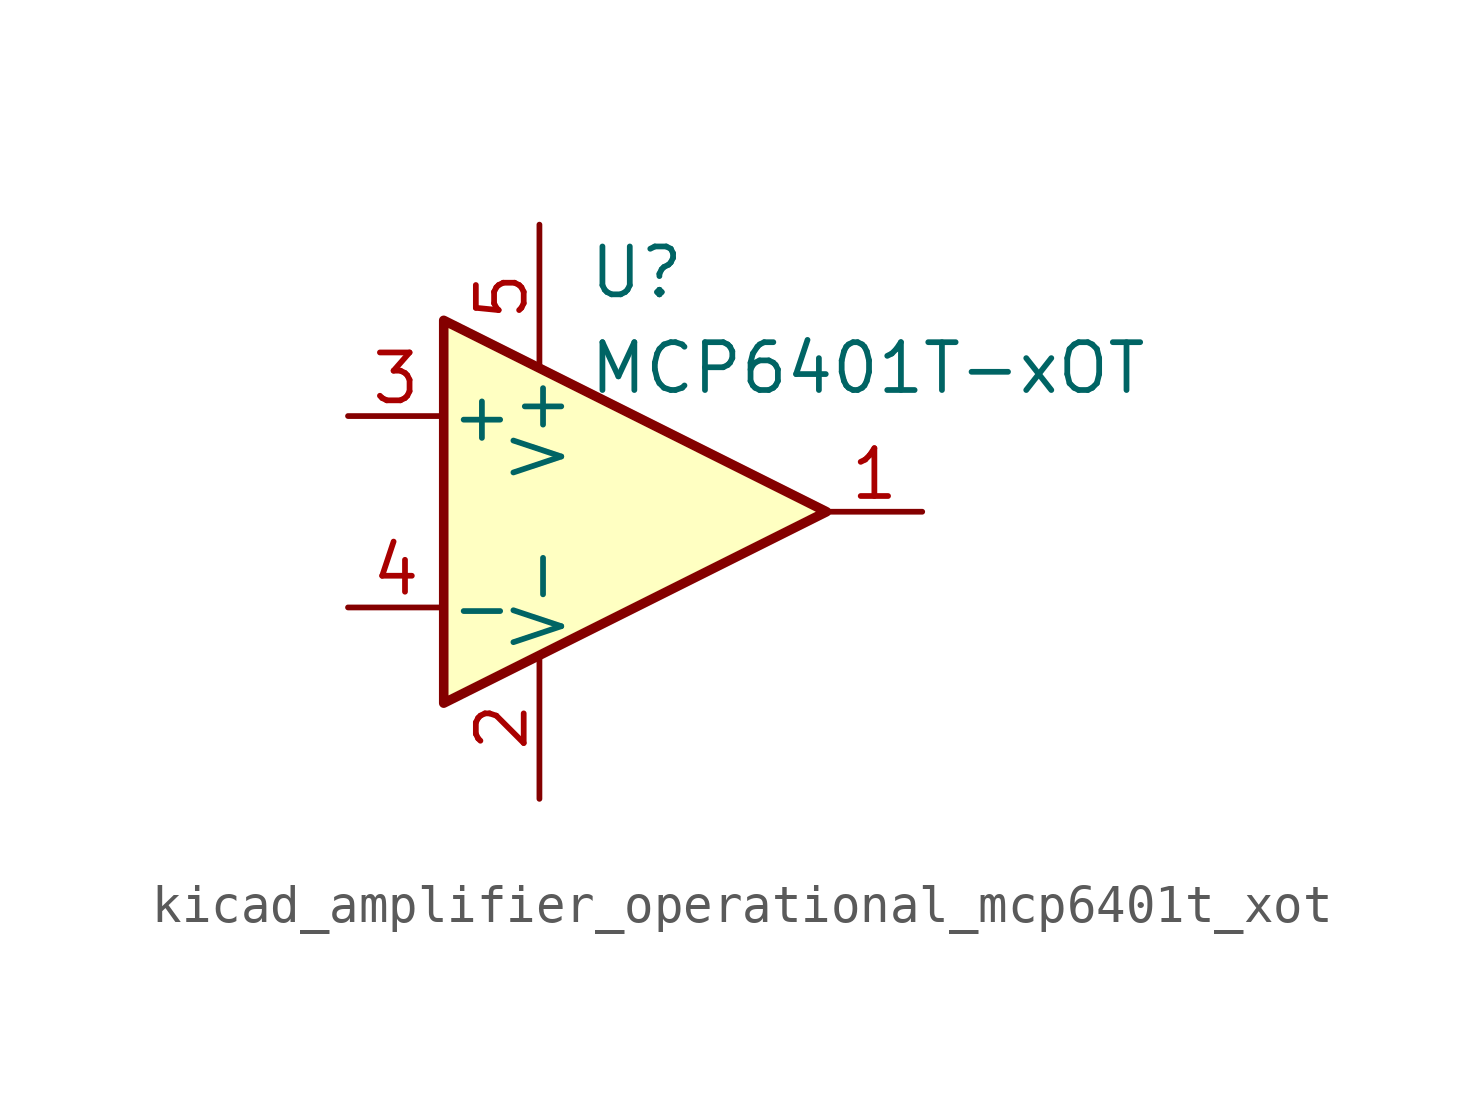
<source format=kicad_sym>
(kicad_symbol_lib
  (version 20220914)
  (generator kicad_symbol_editor)
  (symbol "kicad_amplifier_operational_mcp6401t_xot"
    (pin_names
      (offset 0.127))
    (property "Reference" "U"
      (at -1.27 6.35 0)
      (effects (font (size 1.27 1.27)) (justify left)))
    (property "Value" "MCP6401T-xOT"
      (at -1.27 3.81 0)
      (effects (font (size 1.27 1.27)) (justify left)))
    (symbol "kicad_amplifier_operational_mcp6401t_xot_0_1"
      (polyline (pts (xy -5.08 5.08) (xy 5.08 0) (xy -5.08 -5.08) (xy -5.08 5.08)) (stroke (width 0.254) (type default)) (fill (type background)))
      (pin power_in line (at -2.54 -7.62 90) (length 3.81) (name "V-" (effects (font (size 1.27 1.27)))) (number "2" (effects (font (size 1.27 1.27)))))
      (pin power_in line (at -2.54 7.62 270) (length 3.81) (name "V+" (effects (font (size 1.27 1.27)))) (number "5" (effects (font (size 1.27 1.27))))))
    (symbol "kicad_amplifier_operational_mcp6401t_xot_1_1"
      (pin output line (at 7.62 0 180) (length 2.54) (name "~" (effects (font (size 1.27 1.27)))) (number "1" (effects (font (size 1.27 1.27)))))
      (pin input line (at -7.62 2.54 0) (length 2.54) (name "+" (effects (font (size 1.27 1.27)))) (number "3" (effects (font (size 1.27 1.27)))))
      (pin input line (at -7.62 -2.54 0) (length 2.54) (name "-" (effects (font (size 1.27 1.27)))) (number "4" (effects (font (size 1.27 1.27))))))))
</source>
